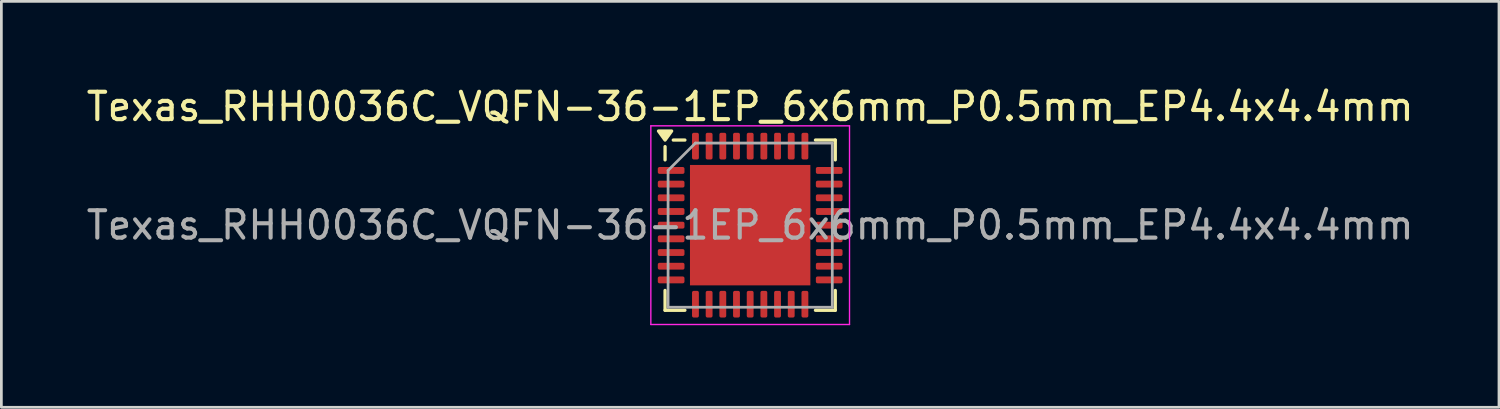
<source format=kicad_pcb>
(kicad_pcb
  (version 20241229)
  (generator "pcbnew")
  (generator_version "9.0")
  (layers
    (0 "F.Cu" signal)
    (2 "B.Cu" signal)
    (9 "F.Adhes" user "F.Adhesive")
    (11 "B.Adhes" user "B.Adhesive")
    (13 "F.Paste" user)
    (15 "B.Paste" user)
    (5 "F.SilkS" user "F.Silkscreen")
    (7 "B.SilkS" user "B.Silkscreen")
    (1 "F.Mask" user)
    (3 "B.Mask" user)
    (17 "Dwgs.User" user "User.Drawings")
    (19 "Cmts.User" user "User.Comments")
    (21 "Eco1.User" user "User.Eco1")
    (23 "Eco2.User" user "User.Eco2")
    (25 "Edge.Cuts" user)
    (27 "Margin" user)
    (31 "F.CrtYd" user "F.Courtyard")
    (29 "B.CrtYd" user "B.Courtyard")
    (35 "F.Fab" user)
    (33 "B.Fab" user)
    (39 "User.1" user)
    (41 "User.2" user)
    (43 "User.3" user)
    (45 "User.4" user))
  (footprint "Texas_RHH0036C_VQFN-36-1EP_6x6mm_P0.5mm_EP4.4x4.4mm"
    (layer "F.Cu")
    (at 24.363 5.178)
    (property "Reference" "Texas_RHH0036C_VQFN-36-1EP_6x6mm_P0.5mm_EP4.4x4.4mm" (at 0 -4.33 0) (layer "F.SilkS") (effects (font (size 1 1) (thickness 0.15))))
    (attr smd)
    (fp_line (start -3.11 -2.385) (end -3.11 -2.87) (stroke (width 0.12) (type solid)) (layer "F.SilkS"))
    (fp_line (start -3.11 3.11) (end -3.11 2.385) (stroke (width 0.12) (type solid)) (layer "F.SilkS"))
    (fp_line (start -2.385 -3.11) (end -2.81 -3.11) (stroke (width 0.12) (type solid)) (layer "F.SilkS"))
    (fp_line (start -2.385 3.11) (end -3.11 3.11) (stroke (width 0.12) (type solid)) (layer "F.SilkS"))
    (fp_line (start 2.385 -3.11) (end 3.11 -3.11) (stroke (width 0.12) (type solid)) (layer "F.SilkS"))
    (fp_line (start 2.385 3.11) (end 3.11 3.11) (stroke (width 0.12) (type solid)) (layer "F.SilkS"))
    (fp_line (start 3.11 -3.11) (end 3.11 -2.385) (stroke (width 0.12) (type solid)) (layer "F.SilkS"))
    (fp_line (start 3.11 3.11) (end 3.11 2.385) (stroke (width 0.12) (type solid)) (layer "F.SilkS"))
    (fp_poly (pts (xy -3.11 -3.11) (xy -3.35 -3.44) (xy -2.87 -3.44) (xy -3.11 -3.11)) (stroke (width 0.12) (type solid)) (fill yes) (layer "F.SilkS"))
    (fp_line (start -3.63 -3.63) (end -3.63 3.63) (stroke (width 0.05) (type solid)) (layer "F.CrtYd"))
    (fp_line (start -3.63 3.63) (end 3.63 3.63) (stroke (width 0.05) (type solid)) (layer "F.CrtYd"))
    (fp_line (start 3.63 -3.63) (end -3.63 -3.63) (stroke (width 0.05) (type solid)) (layer "F.CrtYd"))
    (fp_line (start 3.63 3.63) (end 3.63 -3.63) (stroke (width 0.05) (type solid)) (layer "F.CrtYd"))
    (fp_line (start -3 -2) (end -2 -3) (stroke (width 0.1) (type solid)) (layer "F.Fab"))
    (fp_line (start -3 3) (end -3 -2) (stroke (width 0.1) (type solid)) (layer "F.Fab"))
    (fp_line (start -2 -3) (end 3 -3) (stroke (width 0.1) (type solid)) (layer "F.Fab"))
    (fp_line (start 3 -3) (end 3 3) (stroke (width 0.1) (type solid)) (layer "F.Fab"))
    (fp_line (start 3 3) (end -3 3) (stroke (width 0.1) (type solid)) (layer "F.Fab"))
    (fp_text user "${REFERENCE}" (at 0 0 0) (layer "F.Fab") (effects (font (size 1 1) (thickness 0.15))))
    (pad "" smd roundrect (at -1.47 -1.47) (size 1.18 1.18) (layers "F.Paste") (roundrect_rratio 0.212))
    (pad "" smd roundrect (at -1.47 0) (size 1.18 1.18) (layers "F.Paste") (roundrect_rratio 0.212))
    (pad "" smd roundrect (at -1.47 1.47) (size 1.18 1.18) (layers "F.Paste") (roundrect_rratio 0.212))
    (pad "" smd roundrect (at 0 -1.47) (size 1.18 1.18) (layers "F.Paste") (roundrect_rratio 0.212))
    (pad "" smd roundrect (at 0 0) (size 1.18 1.18) (layers "F.Paste") (roundrect_rratio 0.212))
    (pad "" smd roundrect (at 0 1.47) (size 1.18 1.18) (layers "F.Paste") (roundrect_rratio 0.212))
    (pad "" smd roundrect (at 1.47 -1.47) (size 1.18 1.18) (layers "F.Paste") (roundrect_rratio 0.212))
    (pad "" smd roundrect (at 1.47 0) (size 1.18 1.18) (layers "F.Paste") (roundrect_rratio 0.212))
    (pad "" smd roundrect (at 1.47 1.47) (size 1.18 1.18) (layers "F.Paste") (roundrect_rratio 0.212))
    (pad "1" smd roundrect (at -2.888 -2) (size 0.975 0.25) (layers "F.Cu" "F.Mask" "F.Paste") (roundrect_rratio 0.25))
    (pad "2" smd roundrect (at -2.888 -1.5) (size 0.975 0.25) (layers "F.Cu" "F.Mask" "F.Paste") (roundrect_rratio 0.25))
    (pad "3" smd roundrect (at -2.888 -1) (size 0.975 0.25) (layers "F.Cu" "F.Mask" "F.Paste") (roundrect_rratio 0.25))
    (pad "4" smd roundrect (at -2.888 -0.5) (size 0.975 0.25) (layers "F.Cu" "F.Mask" "F.Paste") (roundrect_rratio 0.25))
    (pad "5" smd roundrect (at -2.888 0) (size 0.975 0.25) (layers "F.Cu" "F.Mask" "F.Paste") (roundrect_rratio 0.25))
    (pad "6" smd roundrect (at -2.888 0.5) (size 0.975 0.25) (layers "F.Cu" "F.Mask" "F.Paste") (roundrect_rratio 0.25))
    (pad "7" smd roundrect (at -2.888 1) (size 0.975 0.25) (layers "F.Cu" "F.Mask" "F.Paste") (roundrect_rratio 0.25))
    (pad "8" smd roundrect (at -2.888 1.5) (size 0.975 0.25) (layers "F.Cu" "F.Mask" "F.Paste") (roundrect_rratio 0.25))
    (pad "9" smd roundrect (at -2.888 2) (size 0.975 0.25) (layers "F.Cu" "F.Mask" "F.Paste") (roundrect_rratio 0.25))
    (pad "10" smd roundrect (at -2 2.888) (size 0.25 0.975) (layers "F.Cu" "F.Mask" "F.Paste") (roundrect_rratio 0.25))
    (pad "11" smd roundrect (at -1.5 2.888) (size 0.25 0.975) (layers "F.Cu" "F.Mask" "F.Paste") (roundrect_rratio 0.25))
    (pad "12" smd roundrect (at -1 2.888) (size 0.25 0.975) (layers "F.Cu" "F.Mask" "F.Paste") (roundrect_rratio 0.25))
    (pad "13" smd roundrect (at -0.5 2.888) (size 0.25 0.975) (layers "F.Cu" "F.Mask" "F.Paste") (roundrect_rratio 0.25))
    (pad "14" smd roundrect (at 0 2.888) (size 0.25 0.975) (layers "F.Cu" "F.Mask" "F.Paste") (roundrect_rratio 0.25))
    (pad "15" smd roundrect (at 0.5 2.888) (size 0.25 0.975) (layers "F.Cu" "F.Mask" "F.Paste") (roundrect_rratio 0.25))
    (pad "16" smd roundrect (at 1 2.888) (size 0.25 0.975) (layers "F.Cu" "F.Mask" "F.Paste") (roundrect_rratio 0.25))
    (pad "17" smd roundrect (at 1.5 2.888) (size 0.25 0.975) (layers "F.Cu" "F.Mask" "F.Paste") (roundrect_rratio 0.25))
    (pad "18" smd roundrect (at 2 2.888) (size 0.25 0.975) (layers "F.Cu" "F.Mask" "F.Paste") (roundrect_rratio 0.25))
    (pad "19" smd roundrect (at 2.888 2) (size 0.975 0.25) (layers "F.Cu" "F.Mask" "F.Paste") (roundrect_rratio 0.25))
    (pad "20" smd roundrect (at 2.888 1.5) (size 0.975 0.25) (layers "F.Cu" "F.Mask" "F.Paste") (roundrect_rratio 0.25))
    (pad "21" smd roundrect (at 2.888 1) (size 0.975 0.25) (layers "F.Cu" "F.Mask" "F.Paste") (roundrect_rratio 0.25))
    (pad "22" smd roundrect (at 2.888 0.5) (size 0.975 0.25) (layers "F.Cu" "F.Mask" "F.Paste") (roundrect_rratio 0.25))
    (pad "23" smd roundrect (at 2.888 0) (size 0.975 0.25) (layers "F.Cu" "F.Mask" "F.Paste") (roundrect_rratio 0.25))
    (pad "24" smd roundrect (at 2.888 -0.5) (size 0.975 0.25) (layers "F.Cu" "F.Mask" "F.Paste") (roundrect_rratio 0.25))
    (pad "25" smd roundrect (at 2.888 -1) (size 0.975 0.25) (layers "F.Cu" "F.Mask" "F.Paste") (roundrect_rratio 0.25))
    (pad "26" smd roundrect (at 2.888 -1.5) (size 0.975 0.25) (layers "F.Cu" "F.Mask" "F.Paste") (roundrect_rratio 0.25))
    (pad "27" smd roundrect (at 2.888 -2) (size 0.975 0.25) (layers "F.Cu" "F.Mask" "F.Paste") (roundrect_rratio 0.25))
    (pad "28" smd roundrect (at 2 -2.888) (size 0.25 0.975) (layers "F.Cu" "F.Mask" "F.Paste") (roundrect_rratio 0.25))
    (pad "29" smd roundrect (at 1.5 -2.888) (size 0.25 0.975) (layers "F.Cu" "F.Mask" "F.Paste") (roundrect_rratio 0.25))
    (pad "30" smd roundrect (at 1 -2.888) (size 0.25 0.975) (layers "F.Cu" "F.Mask" "F.Paste") (roundrect_rratio 0.25))
    (pad "31" smd roundrect (at 0.5 -2.888) (size 0.25 0.975) (layers "F.Cu" "F.Mask" "F.Paste") (roundrect_rratio 0.25))
    (pad "32" smd roundrect (at 0 -2.888) (size 0.25 0.975) (layers "F.Cu" "F.Mask" "F.Paste") (roundrect_rratio 0.25))
    (pad "33" smd roundrect (at -0.5 -2.888) (size 0.25 0.975) (layers "F.Cu" "F.Mask" "F.Paste") (roundrect_rratio 0.25))
    (pad "34" smd roundrect (at -1 -2.888) (size 0.25 0.975) (layers "F.Cu" "F.Mask" "F.Paste") (roundrect_rratio 0.25))
    (pad "35" smd roundrect (at -1.5 -2.888) (size 0.25 0.975) (layers "F.Cu" "F.Mask" "F.Paste") (roundrect_rratio 0.25))
    (pad "36" smd roundrect (at -2 -2.888) (size 0.25 0.975) (layers "F.Cu" "F.Mask" "F.Paste") (roundrect_rratio 0.25))
    (pad "37" smd rect (at 0 0) (size 4.4 4.4) (property pad_prop_heatsink) (layers "F.Cu" "F.Mask")))
  (gr_rect
    (start -3 -3)
    (end 51.726 11.833)
    (stroke (width 0.1) (type default))
    (fill no)
    (layer "Edge.Cuts")))
</source>
